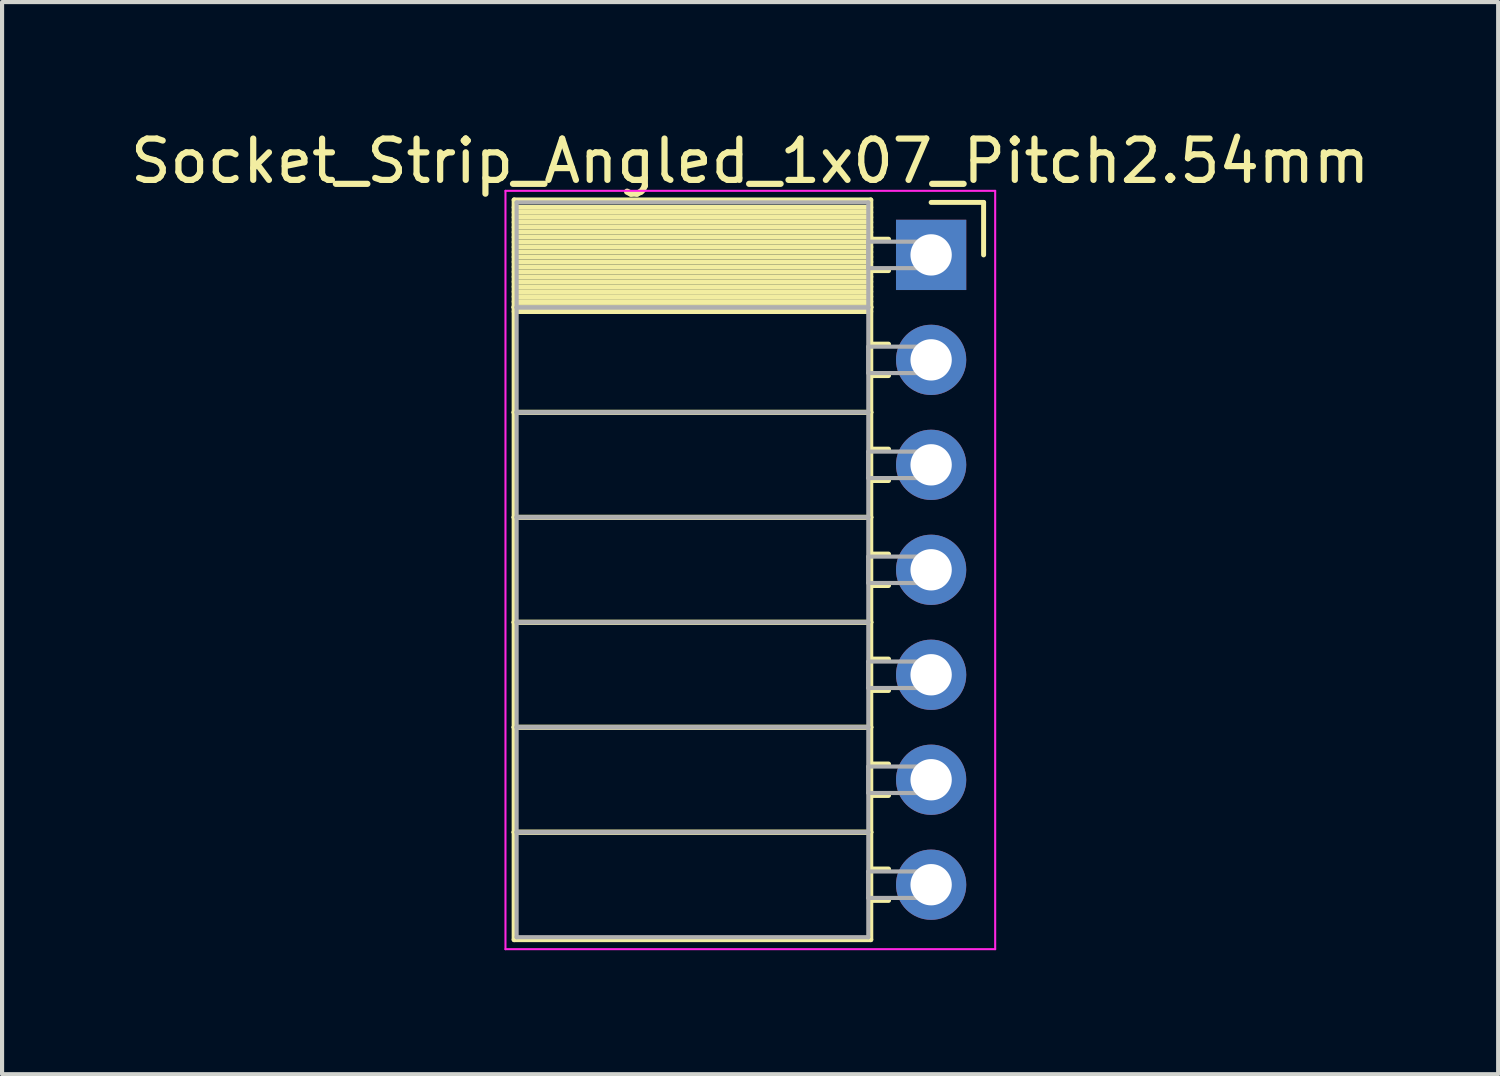
<source format=kicad_pcb>
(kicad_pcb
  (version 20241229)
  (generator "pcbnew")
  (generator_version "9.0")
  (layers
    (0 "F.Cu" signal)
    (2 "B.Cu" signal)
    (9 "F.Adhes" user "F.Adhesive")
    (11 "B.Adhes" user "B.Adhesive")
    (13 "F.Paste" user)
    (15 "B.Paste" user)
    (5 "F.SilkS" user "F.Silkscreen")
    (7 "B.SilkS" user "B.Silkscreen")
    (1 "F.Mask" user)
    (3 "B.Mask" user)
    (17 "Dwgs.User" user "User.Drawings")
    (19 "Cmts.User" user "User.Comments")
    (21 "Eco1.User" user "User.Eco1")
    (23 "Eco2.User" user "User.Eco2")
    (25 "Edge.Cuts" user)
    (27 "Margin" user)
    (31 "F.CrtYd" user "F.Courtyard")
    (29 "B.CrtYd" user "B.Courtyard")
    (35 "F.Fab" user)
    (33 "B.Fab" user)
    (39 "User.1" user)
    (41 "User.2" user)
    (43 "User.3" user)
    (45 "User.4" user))
  (footprint "Socket_Strip_Angled_1x07_Pitch2.54mm"
    (layer "F.Cu")
    (at 19.481 3.118)
    (property "Reference" "Socket_Strip_Angled_1x07_Pitch2.54mm" (at -4.38 -2.27 0) (layer "F.SilkS") (effects (font (size 1 1) (thickness 0.15))))
    (attr through_hole)
    (fp_line (start -10.09 -1.33) (end -1.46 -1.33) (stroke (width 0.12) (type solid)) (layer "F.SilkS"))
    (fp_line (start -10.09 1.27) (end -10.09 -1.33) (stroke (width 0.12) (type solid)) (layer "F.SilkS"))
    (fp_line (start -10.09 1.27) (end -1.46 1.27) (stroke (width 0.12) (type solid)) (layer "F.SilkS"))
    (fp_line (start -10.09 3.81) (end -10.09 1.27) (stroke (width 0.12) (type solid)) (layer "F.SilkS"))
    (fp_line (start -10.09 3.81) (end -1.46 3.81) (stroke (width 0.12) (type solid)) (layer "F.SilkS"))
    (fp_line (start -10.09 6.35) (end -10.09 3.81) (stroke (width 0.12) (type solid)) (layer "F.SilkS"))
    (fp_line (start -10.09 6.35) (end -1.46 6.35) (stroke (width 0.12) (type solid)) (layer "F.SilkS"))
    (fp_line (start -10.09 8.89) (end -10.09 6.35) (stroke (width 0.12) (type solid)) (layer "F.SilkS"))
    (fp_line (start -10.09 8.89) (end -1.46 8.89) (stroke (width 0.12) (type solid)) (layer "F.SilkS"))
    (fp_line (start -10.09 11.43) (end -10.09 8.89) (stroke (width 0.12) (type solid)) (layer "F.SilkS"))
    (fp_line (start -10.09 11.43) (end -1.46 11.43) (stroke (width 0.12) (type solid)) (layer "F.SilkS"))
    (fp_line (start -10.09 13.97) (end -10.09 11.43) (stroke (width 0.12) (type solid)) (layer "F.SilkS"))
    (fp_line (start -10.09 13.97) (end -1.46 13.97) (stroke (width 0.12) (type solid)) (layer "F.SilkS"))
    (fp_line (start -10.09 16.57) (end -10.09 13.97) (stroke (width 0.12) (type solid)) (layer "F.SilkS"))
    (fp_line (start -1.46 -1.33) (end -1.46 1.27) (stroke (width 0.12) (type solid)) (layer "F.SilkS"))
    (fp_line (start -1.46 -1.15) (end -10.09 -1.15) (stroke (width 0.12) (type solid)) (layer "F.SilkS"))
    (fp_line (start -1.46 -1.03) (end -10.09 -1.03) (stroke (width 0.12) (type solid)) (layer "F.SilkS"))
    (fp_line (start -1.46 -0.91) (end -10.09 -0.91) (stroke (width 0.12) (type solid)) (layer "F.SilkS"))
    (fp_line (start -1.46 -0.79) (end -10.09 -0.79) (stroke (width 0.12) (type solid)) (layer "F.SilkS"))
    (fp_line (start -1.46 -0.67) (end -10.09 -0.67) (stroke (width 0.12) (type solid)) (layer "F.SilkS"))
    (fp_line (start -1.46 -0.55) (end -10.09 -0.55) (stroke (width 0.12) (type solid)) (layer "F.SilkS"))
    (fp_line (start -1.46 -0.43) (end -10.09 -0.43) (stroke (width 0.12) (type solid)) (layer "F.SilkS"))
    (fp_line (start -1.46 -0.31) (end -10.09 -0.31) (stroke (width 0.12) (type solid)) (layer "F.SilkS"))
    (fp_line (start -1.46 -0.19) (end -10.09 -0.19) (stroke (width 0.12) (type solid)) (layer "F.SilkS"))
    (fp_line (start -1.46 -0.07) (end -10.09 -0.07) (stroke (width 0.12) (type solid)) (layer "F.SilkS"))
    (fp_line (start -1.46 0.05) (end -10.09 0.05) (stroke (width 0.12) (type solid)) (layer "F.SilkS"))
    (fp_line (start -1.46 0.17) (end -10.09 0.17) (stroke (width 0.12) (type solid)) (layer "F.SilkS"))
    (fp_line (start -1.46 0.29) (end -10.09 0.29) (stroke (width 0.12) (type solid)) (layer "F.SilkS"))
    (fp_line (start -1.46 0.41) (end -10.09 0.41) (stroke (width 0.12) (type solid)) (layer "F.SilkS"))
    (fp_line (start -1.46 0.53) (end -10.09 0.53) (stroke (width 0.12) (type solid)) (layer "F.SilkS"))
    (fp_line (start -1.46 0.65) (end -10.09 0.65) (stroke (width 0.12) (type solid)) (layer "F.SilkS"))
    (fp_line (start -1.46 0.77) (end -10.09 0.77) (stroke (width 0.12) (type solid)) (layer "F.SilkS"))
    (fp_line (start -1.46 0.89) (end -10.09 0.89) (stroke (width 0.12) (type solid)) (layer "F.SilkS"))
    (fp_line (start -1.46 1.01) (end -10.09 1.01) (stroke (width 0.12) (type solid)) (layer "F.SilkS"))
    (fp_line (start -1.46 1.13) (end -10.09 1.13) (stroke (width 0.12) (type solid)) (layer "F.SilkS"))
    (fp_line (start -1.46 1.25) (end -10.09 1.25) (stroke (width 0.12) (type solid)) (layer "F.SilkS"))
    (fp_line (start -1.46 1.27) (end -10.09 1.27) (stroke (width 0.12) (type solid)) (layer "F.SilkS"))
    (fp_line (start -1.46 1.27) (end -1.46 3.81) (stroke (width 0.12) (type solid)) (layer "F.SilkS"))
    (fp_line (start -1.46 1.37) (end -10.09 1.37) (stroke (width 0.12) (type solid)) (layer "F.SilkS"))
    (fp_line (start -1.46 3.81) (end -10.09 3.81) (stroke (width 0.12) (type solid)) (layer "F.SilkS"))
    (fp_line (start -1.46 3.81) (end -1.46 6.35) (stroke (width 0.12) (type solid)) (layer "F.SilkS"))
    (fp_line (start -1.46 6.35) (end -10.09 6.35) (stroke (width 0.12) (type solid)) (layer "F.SilkS"))
    (fp_line (start -1.46 6.35) (end -1.46 8.89) (stroke (width 0.12) (type solid)) (layer "F.SilkS"))
    (fp_line (start -1.46 8.89) (end -10.09 8.89) (stroke (width 0.12) (type solid)) (layer "F.SilkS"))
    (fp_line (start -1.46 8.89) (end -1.46 11.43) (stroke (width 0.12) (type solid)) (layer "F.SilkS"))
    (fp_line (start -1.46 11.43) (end -10.09 11.43) (stroke (width 0.12) (type solid)) (layer "F.SilkS"))
    (fp_line (start -1.46 11.43) (end -1.46 13.97) (stroke (width 0.12) (type solid)) (layer "F.SilkS"))
    (fp_line (start -1.46 13.97) (end -10.09 13.97) (stroke (width 0.12) (type solid)) (layer "F.SilkS"))
    (fp_line (start -1.46 13.97) (end -1.46 16.57) (stroke (width 0.12) (type solid)) (layer "F.SilkS"))
    (fp_line (start -1.46 16.57) (end -10.09 16.57) (stroke (width 0.12) (type solid)) (layer "F.SilkS"))
    (fp_line (start -1.03 -0.38) (end -1.46 -0.38) (stroke (width 0.12) (type solid)) (layer "F.SilkS"))
    (fp_line (start -1.03 0.38) (end -1.46 0.38) (stroke (width 0.12) (type solid)) (layer "F.SilkS"))
    (fp_line (start -1.03 2.16) (end -1.46 2.16) (stroke (width 0.12) (type solid)) (layer "F.SilkS"))
    (fp_line (start -1.03 2.92) (end -1.46 2.92) (stroke (width 0.12) (type solid)) (layer "F.SilkS"))
    (fp_line (start -1.03 4.7) (end -1.46 4.7) (stroke (width 0.12) (type solid)) (layer "F.SilkS"))
    (fp_line (start -1.03 5.46) (end -1.46 5.46) (stroke (width 0.12) (type solid)) (layer "F.SilkS"))
    (fp_line (start -1.03 7.24) (end -1.46 7.24) (stroke (width 0.12) (type solid)) (layer "F.SilkS"))
    (fp_line (start -1.03 8) (end -1.46 8) (stroke (width 0.12) (type solid)) (layer "F.SilkS"))
    (fp_line (start -1.03 9.78) (end -1.46 9.78) (stroke (width 0.12) (type solid)) (layer "F.SilkS"))
    (fp_line (start -1.03 10.54) (end -1.46 10.54) (stroke (width 0.12) (type solid)) (layer "F.SilkS"))
    (fp_line (start -1.03 12.32) (end -1.46 12.32) (stroke (width 0.12) (type solid)) (layer "F.SilkS"))
    (fp_line (start -1.03 13.08) (end -1.46 13.08) (stroke (width 0.12) (type solid)) (layer "F.SilkS"))
    (fp_line (start -1.03 14.86) (end -1.46 14.86) (stroke (width 0.12) (type solid)) (layer "F.SilkS"))
    (fp_line (start -1.03 15.62) (end -1.46 15.62) (stroke (width 0.12) (type solid)) (layer "F.SilkS"))
    (fp_line (start 0 -1.27) (end 1.27 -1.27) (stroke (width 0.12) (type solid)) (layer "F.SilkS"))
    (fp_line (start 1.27 -1.27) (end 1.27 0) (stroke (width 0.12) (type solid)) (layer "F.SilkS"))
    (fp_line (start -10.3 -1.55) (end 1.55 -1.55) (stroke (width 0.05) (type solid)) (layer "F.CrtYd"))
    (fp_line (start -10.3 16.8) (end -10.3 -1.55) (stroke (width 0.05) (type solid)) (layer "F.CrtYd"))
    (fp_line (start 1.55 -1.55) (end 1.55 16.8) (stroke (width 0.05) (type solid)) (layer "F.CrtYd"))
    (fp_line (start 1.55 16.8) (end -10.3 16.8) (stroke (width 0.05) (type solid)) (layer "F.CrtYd"))
    (fp_line (start -10.03 -1.27) (end -1.52 -1.27) (stroke (width 0.1) (type solid)) (layer "F.Fab"))
    (fp_line (start -10.03 1.27) (end -10.03 -1.27) (stroke (width 0.1) (type solid)) (layer "F.Fab"))
    (fp_line (start -10.03 1.27) (end -1.52 1.27) (stroke (width 0.1) (type solid)) (layer "F.Fab"))
    (fp_line (start -10.03 3.81) (end -10.03 1.27) (stroke (width 0.1) (type solid)) (layer "F.Fab"))
    (fp_line (start -10.03 3.81) (end -1.52 3.81) (stroke (width 0.1) (type solid)) (layer "F.Fab"))
    (fp_line (start -10.03 6.35) (end -10.03 3.81) (stroke (width 0.1) (type solid)) (layer "F.Fab"))
    (fp_line (start -10.03 6.35) (end -1.52 6.35) (stroke (width 0.1) (type solid)) (layer "F.Fab"))
    (fp_line (start -10.03 8.89) (end -10.03 6.35) (stroke (width 0.1) (type solid)) (layer "F.Fab"))
    (fp_line (start -10.03 8.89) (end -1.52 8.89) (stroke (width 0.1) (type solid)) (layer "F.Fab"))
    (fp_line (start -10.03 11.43) (end -10.03 8.89) (stroke (width 0.1) (type solid)) (layer "F.Fab"))
    (fp_line (start -10.03 11.43) (end -1.52 11.43) (stroke (width 0.1) (type solid)) (layer "F.Fab"))
    (fp_line (start -10.03 13.97) (end -10.03 11.43) (stroke (width 0.1) (type solid)) (layer "F.Fab"))
    (fp_line (start -10.03 13.97) (end -1.52 13.97) (stroke (width 0.1) (type solid)) (layer "F.Fab"))
    (fp_line (start -10.03 16.51) (end -10.03 13.97) (stroke (width 0.1) (type solid)) (layer "F.Fab"))
    (fp_line (start -1.52 -1.27) (end -1.52 1.27) (stroke (width 0.1) (type solid)) (layer "F.Fab"))
    (fp_line (start -1.52 -0.32) (end 0 -0.32) (stroke (width 0.1) (type solid)) (layer "F.Fab"))
    (fp_line (start -1.52 0.32) (end -1.52 -0.32) (stroke (width 0.1) (type solid)) (layer "F.Fab"))
    (fp_line (start -1.52 1.27) (end -10.03 1.27) (stroke (width 0.1) (type solid)) (layer "F.Fab"))
    (fp_line (start -1.52 1.27) (end -1.52 3.81) (stroke (width 0.1) (type solid)) (layer "F.Fab"))
    (fp_line (start -1.52 2.22) (end 0 2.22) (stroke (width 0.1) (type solid)) (layer "F.Fab"))
    (fp_line (start -1.52 2.86) (end -1.52 2.22) (stroke (width 0.1) (type solid)) (layer "F.Fab"))
    (fp_line (start -1.52 3.81) (end -10.03 3.81) (stroke (width 0.1) (type solid)) (layer "F.Fab"))
    (fp_line (start -1.52 3.81) (end -1.52 6.35) (stroke (width 0.1) (type solid)) (layer "F.Fab"))
    (fp_line (start -1.52 4.76) (end 0 4.76) (stroke (width 0.1) (type solid)) (layer "F.Fab"))
    (fp_line (start -1.52 5.4) (end -1.52 4.76) (stroke (width 0.1) (type solid)) (layer "F.Fab"))
    (fp_line (start -1.52 6.35) (end -10.03 6.35) (stroke (width 0.1) (type solid)) (layer "F.Fab"))
    (fp_line (start -1.52 6.35) (end -1.52 8.89) (stroke (width 0.1) (type solid)) (layer "F.Fab"))
    (fp_line (start -1.52 7.3) (end 0 7.3) (stroke (width 0.1) (type solid)) (layer "F.Fab"))
    (fp_line (start -1.52 7.94) (end -1.52 7.3) (stroke (width 0.1) (type solid)) (layer "F.Fab"))
    (fp_line (start -1.52 8.89) (end -10.03 8.89) (stroke (width 0.1) (type solid)) (layer "F.Fab"))
    (fp_line (start -1.52 8.89) (end -1.52 11.43) (stroke (width 0.1) (type solid)) (layer "F.Fab"))
    (fp_line (start -1.52 9.84) (end 0 9.84) (stroke (width 0.1) (type solid)) (layer "F.Fab"))
    (fp_line (start -1.52 10.48) (end -1.52 9.84) (stroke (width 0.1) (type solid)) (layer "F.Fab"))
    (fp_line (start -1.52 11.43) (end -10.03 11.43) (stroke (width 0.1) (type solid)) (layer "F.Fab"))
    (fp_line (start -1.52 11.43) (end -1.52 13.97) (stroke (width 0.1) (type solid)) (layer "F.Fab"))
    (fp_line (start -1.52 12.38) (end 0 12.38) (stroke (width 0.1) (type solid)) (layer "F.Fab"))
    (fp_line (start -1.52 13.02) (end -1.52 12.38) (stroke (width 0.1) (type solid)) (layer "F.Fab"))
    (fp_line (start -1.52 13.97) (end -10.03 13.97) (stroke (width 0.1) (type solid)) (layer "F.Fab"))
    (fp_line (start -1.52 13.97) (end -1.52 16.51) (stroke (width 0.1) (type solid)) (layer "F.Fab"))
    (fp_line (start -1.52 14.92) (end 0 14.92) (stroke (width 0.1) (type solid)) (layer "F.Fab"))
    (fp_line (start -1.52 15.56) (end -1.52 14.92) (stroke (width 0.1) (type solid)) (layer "F.Fab"))
    (fp_line (start -1.52 16.51) (end -10.03 16.51) (stroke (width 0.1) (type solid)) (layer "F.Fab"))
    (fp_line (start 0 -0.32) (end 0 0.32) (stroke (width 0.1) (type solid)) (layer "F.Fab"))
    (fp_line (start 0 0.32) (end -1.52 0.32) (stroke (width 0.1) (type solid)) (layer "F.Fab"))
    (fp_line (start 0 2.22) (end 0 2.86) (stroke (width 0.1) (type solid)) (layer "F.Fab"))
    (fp_line (start 0 2.86) (end -1.52 2.86) (stroke (width 0.1) (type solid)) (layer "F.Fab"))
    (fp_line (start 0 4.76) (end 0 5.4) (stroke (width 0.1) (type solid)) (layer "F.Fab"))
    (fp_line (start 0 5.4) (end -1.52 5.4) (stroke (width 0.1) (type solid)) (layer "F.Fab"))
    (fp_line (start 0 7.3) (end 0 7.94) (stroke (width 0.1) (type solid)) (layer "F.Fab"))
    (fp_line (start 0 7.94) (end -1.52 7.94) (stroke (width 0.1) (type solid)) (layer "F.Fab"))
    (fp_line (start 0 9.84) (end 0 10.48) (stroke (width 0.1) (type solid)) (layer "F.Fab"))
    (fp_line (start 0 10.48) (end -1.52 10.48) (stroke (width 0.1) (type solid)) (layer "F.Fab"))
    (fp_line (start 0 12.38) (end 0 13.02) (stroke (width 0.1) (type solid)) (layer "F.Fab"))
    (fp_line (start 0 13.02) (end -1.52 13.02) (stroke (width 0.1) (type solid)) (layer "F.Fab"))
    (fp_line (start 0 14.92) (end 0 15.56) (stroke (width 0.1) (type solid)) (layer "F.Fab"))
    (fp_line (start 0 15.56) (end -1.52 15.56) (stroke (width 0.1) (type solid)) (layer "F.Fab"))
    (pad "1" thru_hole rect (at 0 0) (size 1.7 1.7) (drill 1) (layers "*.Cu" "*.Mask"))
    (pad "2" thru_hole oval (at 0 2.54) (size 1.7 1.7) (drill 1) (layers "*.Cu" "*.Mask"))
    (pad "3" thru_hole oval (at 0 5.08) (size 1.7 1.7) (drill 1) (layers "*.Cu" "*.Mask"))
    (pad "4" thru_hole oval (at 0 7.62) (size 1.7 1.7) (drill 1) (layers "*.Cu" "*.Mask"))
    (pad "5" thru_hole oval (at 0 10.16) (size 1.7 1.7) (drill 1) (layers "*.Cu" "*.Mask"))
    (pad "6" thru_hole oval (at 0 12.7) (size 1.7 1.7) (drill 1) (layers "*.Cu" "*.Mask"))
    (pad "7" thru_hole oval (at 0 15.24) (size 1.7 1.7) (drill 1) (layers "*.Cu" "*.Mask")))
  (gr_rect
    (start -3 -3)
    (end 33.202 22.943)
    (stroke (width 0.1) (type default))
    (fill no)
    (layer "Edge.Cuts")))
</source>
